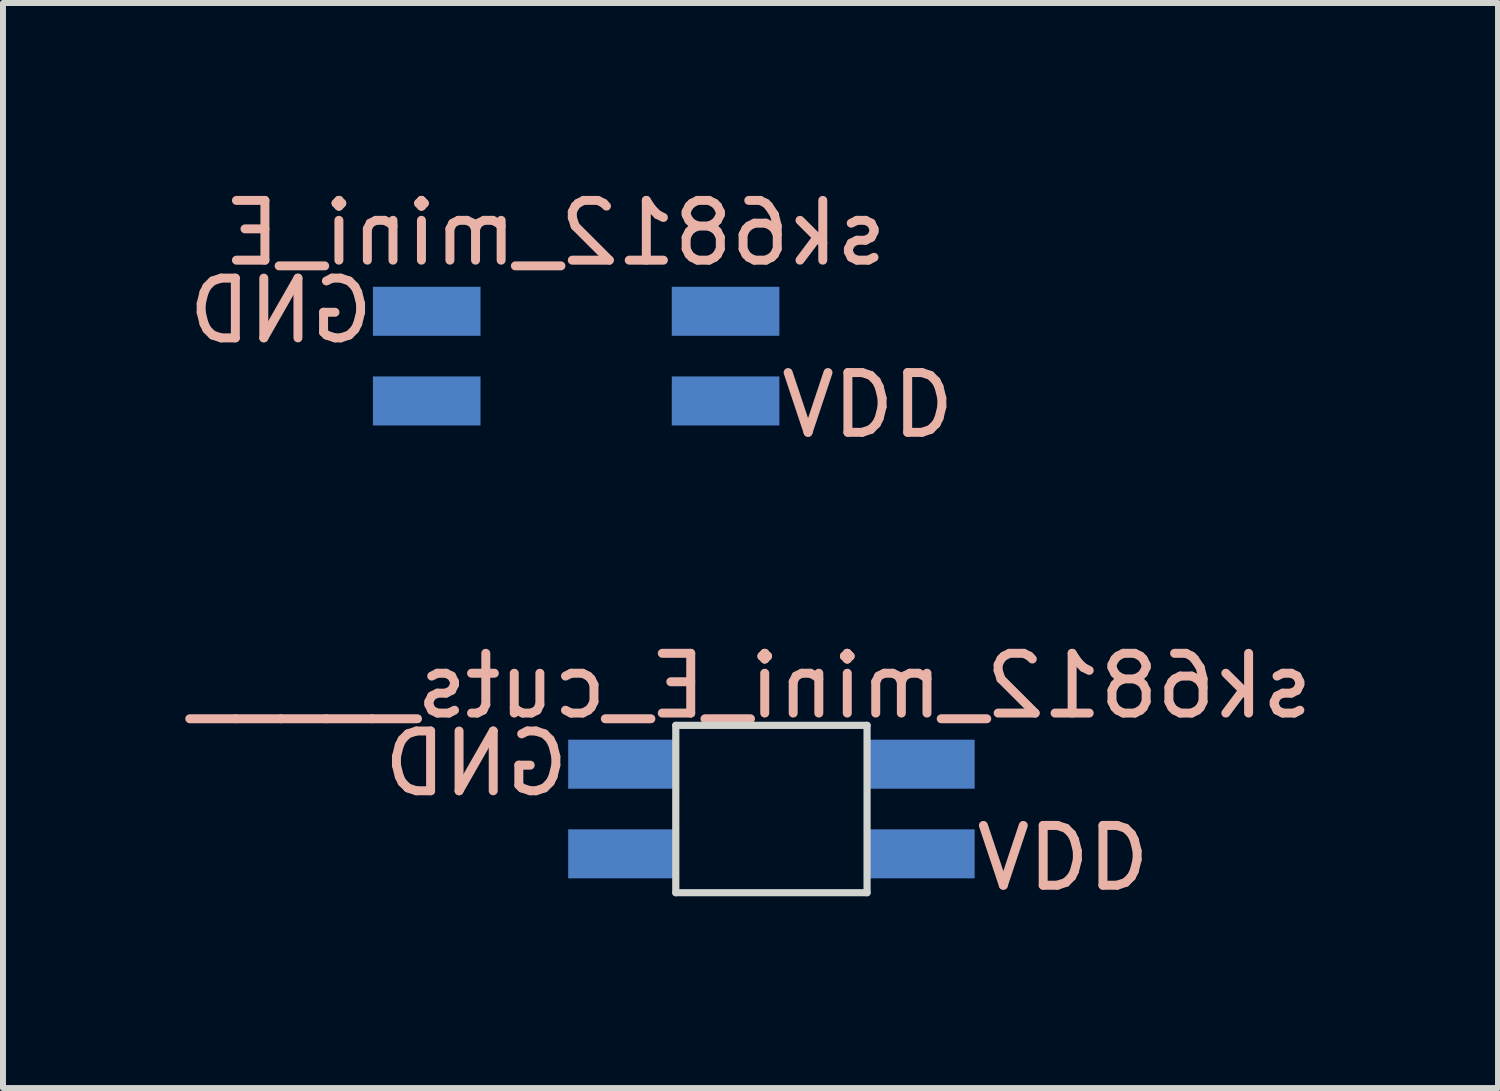
<source format=kicad_pcb>
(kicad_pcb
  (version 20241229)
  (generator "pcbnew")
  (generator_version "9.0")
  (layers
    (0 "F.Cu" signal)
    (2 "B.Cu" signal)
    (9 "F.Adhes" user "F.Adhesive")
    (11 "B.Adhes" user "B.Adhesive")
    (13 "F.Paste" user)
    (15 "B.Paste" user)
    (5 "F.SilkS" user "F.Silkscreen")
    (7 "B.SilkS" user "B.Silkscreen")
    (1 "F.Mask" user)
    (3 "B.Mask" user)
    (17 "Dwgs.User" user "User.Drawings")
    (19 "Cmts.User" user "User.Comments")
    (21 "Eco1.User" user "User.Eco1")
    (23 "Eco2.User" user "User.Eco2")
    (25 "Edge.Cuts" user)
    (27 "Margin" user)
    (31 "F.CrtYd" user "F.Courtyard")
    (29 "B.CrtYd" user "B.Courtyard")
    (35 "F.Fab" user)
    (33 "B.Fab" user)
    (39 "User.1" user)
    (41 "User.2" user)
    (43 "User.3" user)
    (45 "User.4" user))
  (footprint "sk6812_mini_E"
    (layer "F.Cu")
    (at 4.089 2.158)
    (property "Reference" "sk6812_mini_E" (at 2.15 -1.31 0) (layer "B.SilkS") (effects (font (size 1 1) (thickness 0.15)) (justify mirror)))
    (attr through_hole)
    (fp_line (start 0.9 -0.65) (end 0.9 2.15) (stroke (width 0.12) (type solid)) (layer "Eco2.User"))
    (fp_line (start 0.9 -0.65) (end 4.1 -0.65) (stroke (width 0.12) (type solid)) (layer "Eco2.User"))
    (fp_line (start 4.1 -0.65) (end 4.1 2.15) (stroke (width 0.12) (type solid)) (layer "Eco2.User"))
    (fp_line (start 4.1 2.15) (end 0.9 2.15) (stroke (width 0.12) (type solid)) (layer "Eco2.User"))
    (fp_text user "VDD" (at 7.38 1.57 0) (layer "B.SilkS") (effects (font (size 1 1) (thickness 0.15))))
    (fp_text user "GND" (at -2.44 -0.01 0) (layer "B.SilkS") (effects (font (size 1 1) (thickness 0.15)) (justify mirror)))
    (pad "1" smd rect (at 0 0) (size 1.8 0.82) (layers "B.Cu" "B.Mask" "B.Paste"))
    (pad "2" smd rect (at 0 1.5) (size 1.8 0.82) (layers "B.Cu" "B.Mask" "B.Paste"))
    (pad "3" smd rect (at 5 1.5) (size 1.8 0.82) (layers "B.Cu" "B.Mask" "B.Paste"))
    (pad "4" smd rect (at 5 0) (size 1.8 0.82) (layers "B.Cu" "B.Mask" "B.Paste")))
  (footprint "sk6812_mini_E_cuts_____"
    (layer "F.Cu")
    (at 7.356 9.735)
    (property "Reference" "sk6812_mini_E_cuts_____" (at 2.15 -1.31 0) (layer "B.SilkS") (effects (font (size 1 1) (thickness 0.15)) (justify mirror)))
    (attr through_hole)
    (fp_line (start 0.9 -0.65) (end 0.9 2.15) (stroke (width 0.12) (type solid)) (layer "Edge.Cuts"))
    (fp_line (start 0.9 -0.65) (end 4.1 -0.65) (stroke (width 0.12) (type solid)) (layer "Edge.Cuts"))
    (fp_line (start 4.1 -0.65) (end 4.1 2.15) (stroke (width 0.12) (type solid)) (layer "Edge.Cuts"))
    (fp_line (start 4.1 2.15) (end 0.9 2.15) (stroke (width 0.12) (type solid)) (layer "Edge.Cuts"))
    (fp_text user "GND" (at -2.44 -0.01 0) (layer "B.SilkS") (effects (font (size 1 1) (thickness 0.15)) (justify mirror)))
    (fp_text user "VDD" (at 7.38 1.57 0) (layer "B.SilkS") (effects (font (size 1 1) (thickness 0.15))))
    (pad "1" smd rect (at 0 0) (size 1.8 0.82) (layers "B.Cu" "B.Mask" "B.Paste"))
    (pad "2" smd rect (at 0 1.5) (size 1.8 0.82) (layers "B.Cu" "B.Mask" "B.Paste"))
    (pad "3" smd rect (at 5 1.5) (size 1.8 0.82) (layers "B.Cu" "B.Mask" "B.Paste"))
    (pad "4" smd rect (at 5 0) (size 1.8 0.82) (layers "B.Cu" "B.Mask" "B.Paste")))
  (gr_rect
    (start -3 -3)
    (end 22.012 15.153)
    (stroke (width 0.1) (type default))
    (fill no)
    (layer "Edge.Cuts")))
</source>
